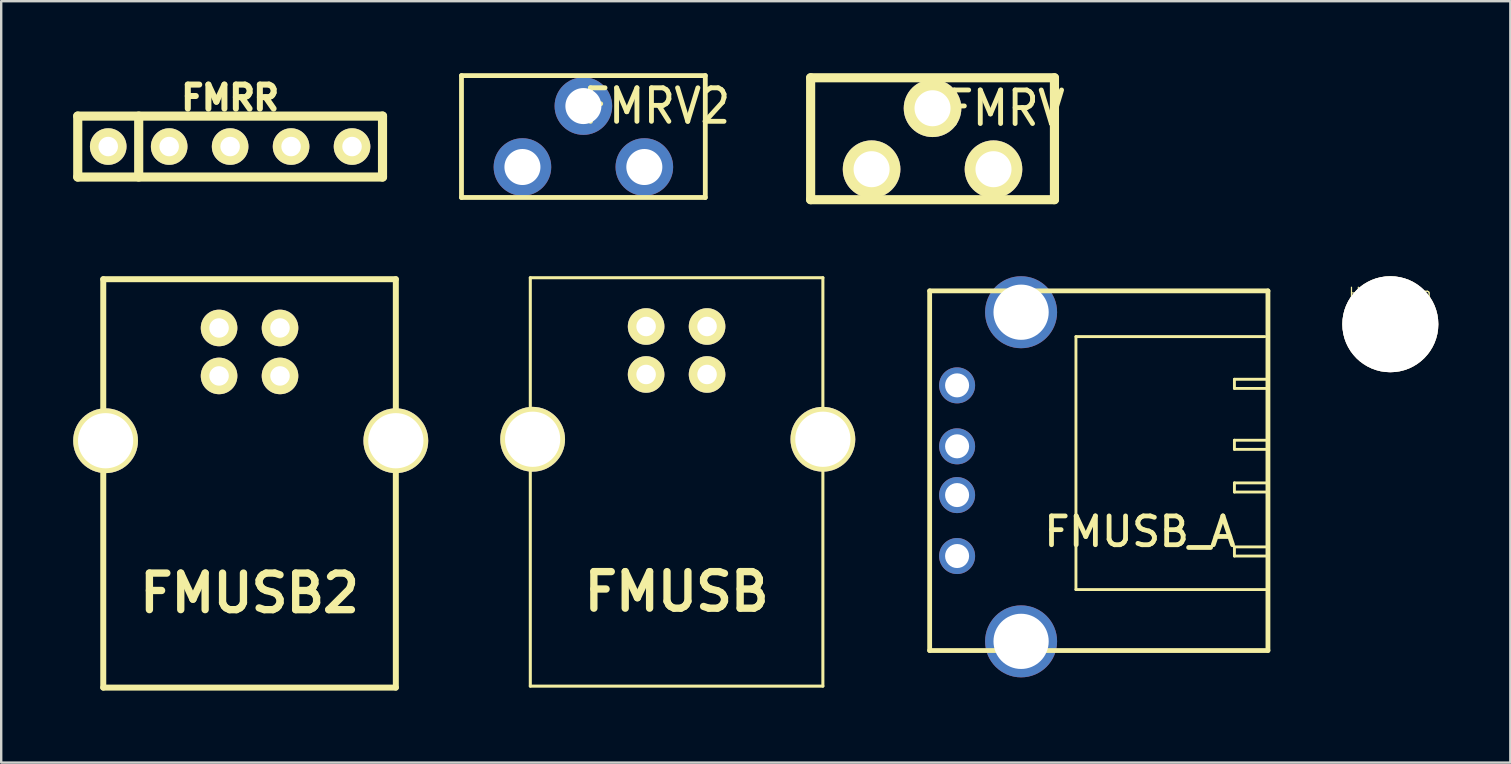
<source format=kicad_pcb>
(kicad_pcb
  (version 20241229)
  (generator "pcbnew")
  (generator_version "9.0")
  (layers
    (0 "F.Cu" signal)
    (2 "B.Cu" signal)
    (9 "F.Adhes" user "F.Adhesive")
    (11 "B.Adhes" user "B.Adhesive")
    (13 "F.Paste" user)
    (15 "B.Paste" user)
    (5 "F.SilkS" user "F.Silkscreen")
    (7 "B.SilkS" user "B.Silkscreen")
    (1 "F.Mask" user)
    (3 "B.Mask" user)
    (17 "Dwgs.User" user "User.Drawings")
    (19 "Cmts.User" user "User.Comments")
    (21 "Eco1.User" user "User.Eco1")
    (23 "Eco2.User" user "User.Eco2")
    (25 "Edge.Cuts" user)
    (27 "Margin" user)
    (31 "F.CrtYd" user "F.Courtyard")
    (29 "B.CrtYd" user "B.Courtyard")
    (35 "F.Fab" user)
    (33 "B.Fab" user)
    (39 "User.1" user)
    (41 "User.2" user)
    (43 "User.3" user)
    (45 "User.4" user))
  (footprint "FMRV2"
    (layer "F.Cu")
    (at 21.261 2.64)
    (property "Reference" "FMRV2" (at 3.048 -1.27 0) (layer "F.SilkS") (effects (font (size 1.397 1.27) (thickness 0.203))))
    (attr through_hole)
    (fp_line (start -5.08 -2.54) (end -5.08 2.54) (stroke (width 0.2) (type solid)) (layer "F.SilkS"))
    (fp_line (start -5.08 2.54) (end 5.08 2.54) (stroke (width 0.2) (type solid)) (layer "F.SilkS"))
    (fp_line (start 5.08 -2.54) (end -5.08 -2.54) (stroke (width 0.2) (type solid)) (layer "F.SilkS"))
    (fp_line (start 5.08 2.54) (end 5.08 -2.54) (stroke (width 0.2) (type solid)) (layer "F.SilkS"))
    (pad "1" thru_hole circle (at -2.54 1.27) (size 2.4 2.4) (drill 1.501) (layers "*.Cu" "*.Mask"))
    (pad "2" thru_hole circle (at 0 -1.27) (size 2.4 2.4) (drill 1.501) (layers "*.Cu" "*.Mask"))
    (pad "3" thru_hole circle (at 2.54 1.27) (size 2.4 2.4) (drill 1.501) (layers "*.Cu" "*.Mask")))
  (footprint "FMRR"
    (layer "F.Cu")
    (at 6.54 3.057)
    (property "Reference" "FMRR" (at 0 -2.032 0) (layer "F.SilkS") (effects (font (size 1.001 1.001) (thickness 0.251))))
    (attr through_hole)
    (fp_line (start -6.35 -1.27) (end -6.35 1.27) (stroke (width 0.381) (type solid)) (layer "F.SilkS"))
    (fp_line (start -6.35 1.27) (end 6.35 1.27) (stroke (width 0.381) (type solid)) (layer "F.SilkS"))
    (fp_line (start -3.81 -1.27) (end -3.81 1.27) (stroke (width 0.381) (type solid)) (layer "F.SilkS"))
    (fp_line (start 6.35 -1.27) (end -6.35 -1.27) (stroke (width 0.381) (type solid)) (layer "F.SilkS"))
    (fp_line (start 6.35 1.27) (end 6.35 -1.27) (stroke (width 0.381) (type solid)) (layer "F.SilkS"))
    (pad "1" thru_hole circle (at -5.08 0) (size 1.524 1.524) (drill 0.813) (layers "*.Cu" "*.Mask" "F.SilkS"))
    (pad "2" thru_hole circle (at -2.54 0) (size 1.524 1.524) (drill 0.813) (layers "*.Cu" "*.Mask" "F.SilkS"))
    (pad "3" thru_hole circle (at 0 0) (size 1.524 1.524) (drill 0.813) (layers "*.Cu" "*.Mask" "F.SilkS"))
    (pad "4" thru_hole circle (at 2.54 0) (size 1.524 1.524) (drill 0.813) (layers "*.Cu" "*.Mask" "F.SilkS"))
    (pad "5" thru_hole circle (at 5.08 0) (size 1.524 1.524) (drill 0.813) (layers "*.Cu" "*.Mask" "F.SilkS")))
  (footprint "FMRV"
    (layer "F.Cu")
    (at 35.811 2.731)
    (property "Reference" "FMRV" (at 3.048 -1.27 0) (layer "F.SilkS") (effects (font (size 1.397 1.27) (thickness 0.203))))
    (attr through_hole)
    (fp_line (start -5.08 -2.54) (end -5.08 2.54) (stroke (width 0.381) (type solid)) (layer "F.SilkS"))
    (fp_line (start -5.08 2.54) (end 5.08 2.54) (stroke (width 0.381) (type solid)) (layer "F.SilkS"))
    (fp_line (start 5.08 -2.54) (end -5.08 -2.54) (stroke (width 0.381) (type solid)) (layer "F.SilkS"))
    (fp_line (start 5.08 2.54) (end 5.08 -2.54) (stroke (width 0.381) (type solid)) (layer "F.SilkS"))
    (pad "1" thru_hole circle (at -2.54 1.27) (size 2.4 2.4) (drill 1.501) (layers "*.Cu" "*.Mask" "F.SilkS"))
    (pad "2" thru_hole circle (at 0 -1.27) (size 2.4 2.4) (drill 1.501) (layers "*.Cu" "*.Mask" "F.SilkS"))
    (pad "3" thru_hole circle (at 2.54 1.27) (size 2.4 2.4) (drill 1.501) (layers "*.Cu" "*.Mask" "F.SilkS")))
  (footprint "FMUSB2"
    (layer "F.Cu")
    (at 7.349 15.316)
    (property "Reference" "FMUSB2" (at 0 6.35 0) (layer "F.SilkS") (effects (font (size 1.524 1.524) (thickness 0.305))))
    (attr through_hole)
    (fp_line (start -6.096 -6.731) (end -6.096 10.287) (stroke (width 0.249) (type solid)) (layer "F.SilkS"))
    (fp_line (start -6.096 10.287) (end 6.096 10.287) (stroke (width 0.249) (type solid)) (layer "F.SilkS"))
    (fp_line (start 6.096 -6.731) (end -6.096 -6.731) (stroke (width 0.249) (type solid)) (layer "F.SilkS"))
    (fp_line (start 6.096 10.287) (end 6.096 -6.731) (stroke (width 0.249) (type solid)) (layer "F.SilkS"))
    (pad "1" thru_hole circle (at 1.27 -4.699) (size 1.524 1.524) (drill 0.813) (layers "*.Cu" "*.Mask" "F.SilkS"))
    (pad "2" thru_hole circle (at -1.27 -4.699) (size 1.524 1.524) (drill 0.813) (layers "*.Cu" "*.Mask" "F.SilkS"))
    (pad "3" thru_hole circle (at -1.27 -2.7) (size 1.524 1.524) (drill 0.813) (layers "*.Cu" "*.Mask" "F.SilkS"))
    (pad "4" thru_hole circle (at 1.27 -2.7) (size 1.524 1.524) (drill 0.813) (layers "*.Cu" "*.Mask" "F.SilkS"))
    (pad "5" thru_hole circle (at 6.096 0) (size 2.7 2.7) (drill 2.301) (layers "*.Cu" "*.Mask" "F.SilkS"))
    (pad "6" thru_hole circle (at -5.999 0) (size 2.7 2.7) (drill 2.301) (layers "*.Cu" "*.Mask" "F.SilkS")))
  (footprint "Hole4mm"
    (layer "F.Cu")
    (at 54.888 10.461)
    (property "Reference" "Hole4mm" (at 0 -1.27 0) (layer "F.SilkS") (effects (font (size 0.5 0.5) (thickness 0.051))))
    (attr through_hole)
    (pad "" thru_hole circle (at 0 0) (size 4 4) (drill 4) (layers "*.Cu" "*.Mask" "F.SilkS")))
  (footprint "FMUSB_A"
    (layer "F.Cu")
    (at 36.834 16.565)
    (property "Reference" "FMUSB_A" (at 7.62 2.54 0) (layer "F.SilkS") (effects (font (size 1.2 1.2) (thickness 0.2))))
    (attr through_hole)
    (fp_line (start -1.143 -7.493) (end -1.143 7.493) (stroke (width 0.2) (type solid)) (layer "F.SilkS"))
    (fp_line (start -1.143 -7.493) (end 12.954 -7.493) (stroke (width 0.2) (type solid)) (layer "F.SilkS"))
    (fp_line (start 4.953 -5.588) (end 4.953 4.953) (stroke (width 0.12) (type solid)) (layer "F.SilkS"))
    (fp_line (start 4.953 4.953) (end 12.954 4.953) (stroke (width 0.12) (type solid)) (layer "F.SilkS"))
    (fp_line (start 11.557 -3.81) (end 11.557 -3.429) (stroke (width 0.12) (type solid)) (layer "F.SilkS"))
    (fp_line (start 11.557 -3.429) (end 12.954 -3.429) (stroke (width 0.12) (type solid)) (layer "F.SilkS"))
    (fp_line (start 11.557 -1.27) (end 11.557 -0.889) (stroke (width 0.12) (type solid)) (layer "F.SilkS"))
    (fp_line (start 11.557 -0.889) (end 12.954 -0.889) (stroke (width 0.12) (type solid)) (layer "F.SilkS"))
    (fp_line (start 11.557 0.508) (end 11.557 0.889) (stroke (width 0.12) (type solid)) (layer "F.SilkS"))
    (fp_line (start 11.557 0.889) (end 12.954 0.889) (stroke (width 0.12) (type solid)) (layer "F.SilkS"))
    (fp_line (start 11.557 3.175) (end 11.557 3.556) (stroke (width 0.12) (type solid)) (layer "F.SilkS"))
    (fp_line (start 11.557 3.556) (end 12.954 3.556) (stroke (width 0.12) (type solid)) (layer "F.SilkS"))
    (fp_line (start 12.827 -5.588) (end 4.953 -5.588) (stroke (width 0.12) (type solid)) (layer "F.SilkS"))
    (fp_line (start 12.954 -7.493) (end 12.954 7.493) (stroke (width 0.2) (type solid)) (layer "F.SilkS"))
    (fp_line (start 12.954 -3.81) (end 11.557 -3.81) (stroke (width 0.12) (type solid)) (layer "F.SilkS"))
    (fp_line (start 12.954 -1.27) (end 11.557 -1.27) (stroke (width 0.12) (type solid)) (layer "F.SilkS"))
    (fp_line (start 12.954 0.508) (end 11.557 0.508) (stroke (width 0.12) (type solid)) (layer "F.SilkS"))
    (fp_line (start 12.954 3.175) (end 11.557 3.175) (stroke (width 0.12) (type solid)) (layer "F.SilkS"))
    (fp_line (start 12.954 7.493) (end -1.143 7.493) (stroke (width 0.2) (type solid)) (layer "F.SilkS"))
    (pad "1" thru_hole circle (at 0 3.556) (size 1.501 1.501) (drill 1.001) (layers "*.Cu" "*.Mask"))
    (pad "2" thru_hole circle (at 0 1.016) (size 1.501 1.501) (drill 1.001) (layers "*.Cu" "*.Mask"))
    (pad "3" thru_hole circle (at 0 -1.016) (size 1.501 1.501) (drill 1.001) (layers "*.Cu" "*.Mask"))
    (pad "4" thru_hole circle (at 0 -3.556) (size 1.501 1.501) (drill 1.001) (layers "*.Cu" "*.Mask"))
    (pad "5" thru_hole circle (at 2.667 -6.604) (size 3 3) (drill 2.301) (layers "*.Cu" "*.Mask"))
    (pad "6" thru_hole circle (at 2.667 7.112) (size 3 3) (drill 2.301) (layers "*.Cu" "*.Mask")))
  (footprint "FMUSB"
    (layer "F.Cu")
    (at 25.145 15.255)
    (property "Reference" "FMUSB" (at 0 6.35 0) (layer "F.SilkS") (effects (font (size 1.524 1.524) (thickness 0.305))))
    (attr through_hole)
    (fp_line (start -6.096 -6.731) (end -6.096 10.287) (stroke (width 0.127) (type solid)) (layer "F.SilkS"))
    (fp_line (start -6.096 10.287) (end 6.096 10.287) (stroke (width 0.127) (type solid)) (layer "F.SilkS"))
    (fp_line (start 6.096 -6.731) (end -6.096 -6.731) (stroke (width 0.127) (type solid)) (layer "F.SilkS"))
    (fp_line (start 6.096 10.287) (end 6.096 -6.731) (stroke (width 0.127) (type solid)) (layer "F.SilkS"))
    (pad "1" thru_hole circle (at 1.27 -4.699) (size 1.524 1.524) (drill 0.813) (layers "*.Cu" "*.Mask" "F.SilkS"))
    (pad "2" thru_hole circle (at -1.27 -4.699) (size 1.524 1.524) (drill 0.813) (layers "*.Cu" "*.Mask" "F.SilkS"))
    (pad "3" thru_hole circle (at -1.27 -2.7) (size 1.524 1.524) (drill 0.813) (layers "*.Cu" "*.Mask" "F.SilkS"))
    (pad "4" thru_hole circle (at 1.27 -2.7) (size 1.524 1.524) (drill 0.813) (layers "*.Cu" "*.Mask" "F.SilkS"))
    (pad "5" thru_hole circle (at 6.096 0) (size 2.7 2.7) (drill 2.301) (layers "*.Cu" "*.Mask" "F.SilkS"))
    (pad "6" thru_hole circle (at -5.999 0) (size 2.7 2.7) (drill 2.301) (layers "*.Cu" "*.Mask" "F.SilkS")))
  (gr_rect
    (start -3 -3)
    (end 59.889 28.728)
    (stroke (width 0.1) (type default))
    (fill no)
    (layer "Edge.Cuts")))
</source>
